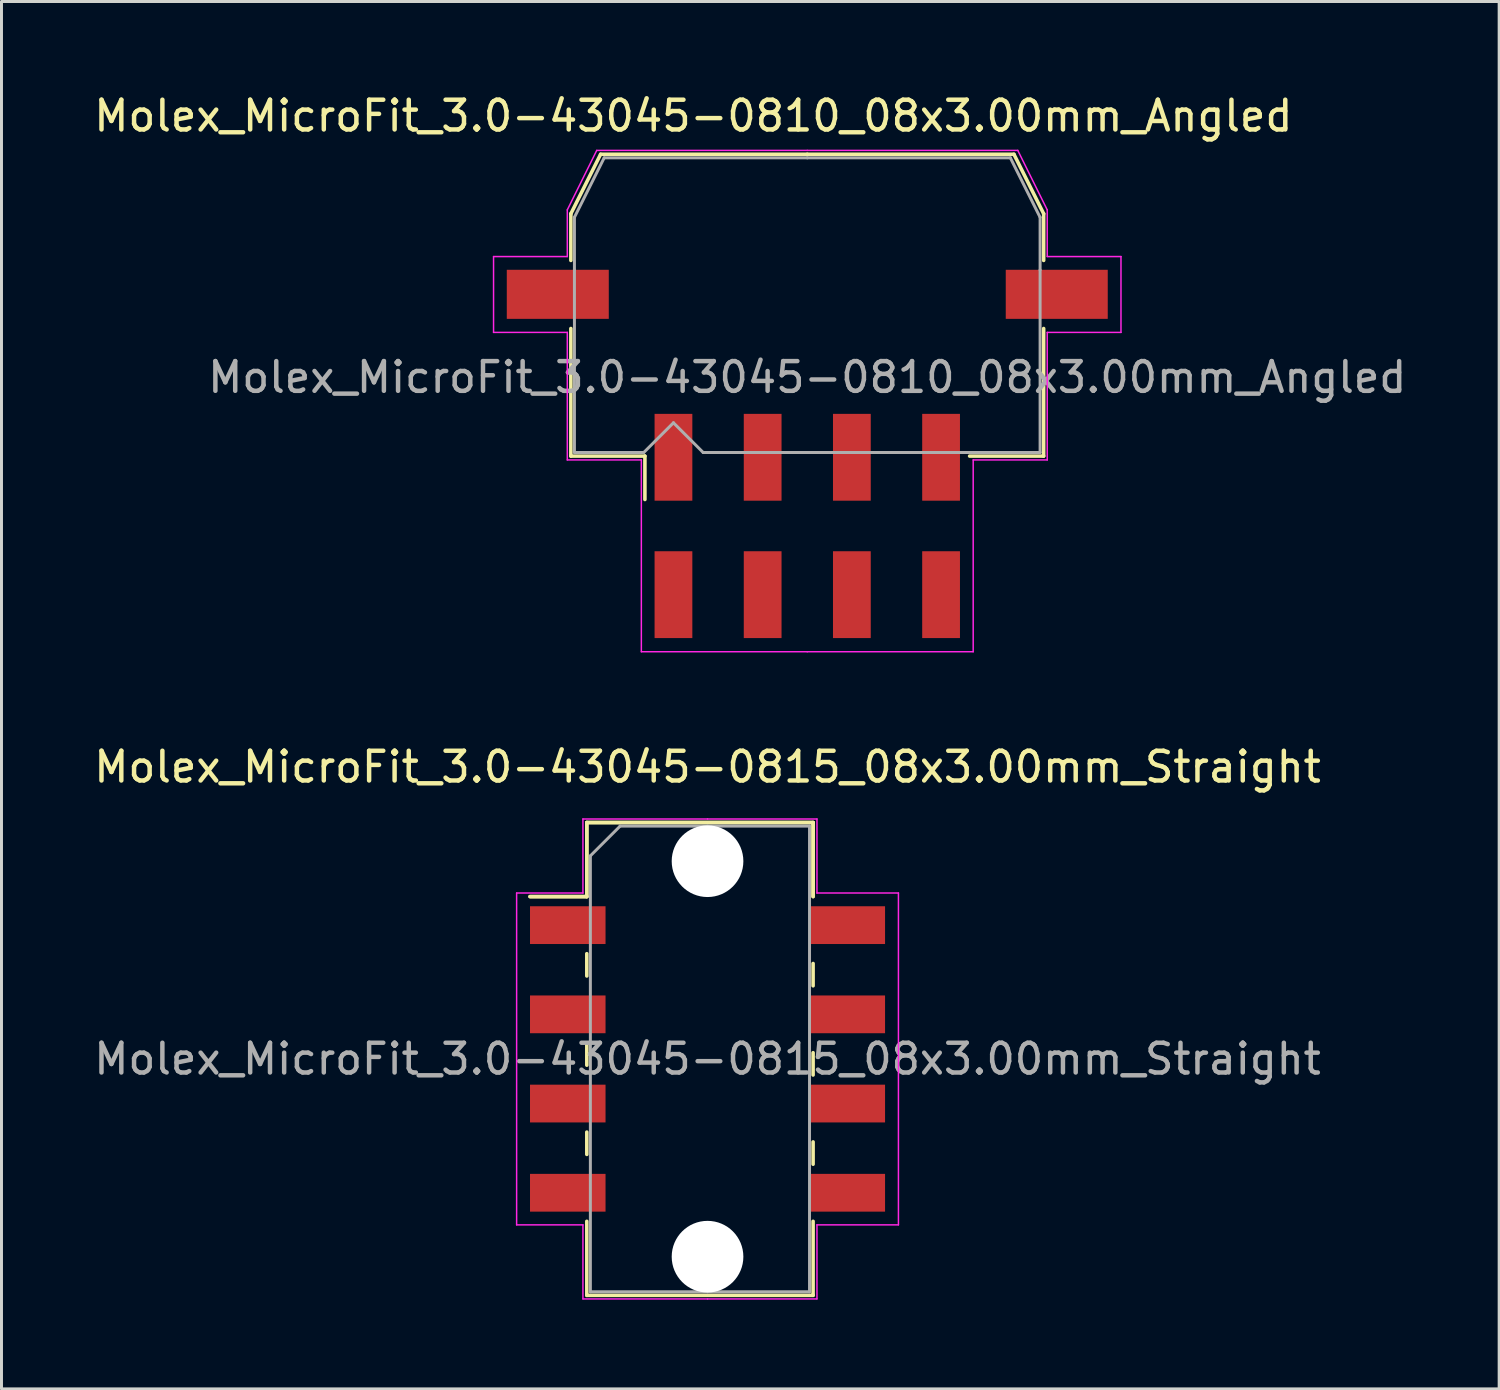
<source format=kicad_pcb>
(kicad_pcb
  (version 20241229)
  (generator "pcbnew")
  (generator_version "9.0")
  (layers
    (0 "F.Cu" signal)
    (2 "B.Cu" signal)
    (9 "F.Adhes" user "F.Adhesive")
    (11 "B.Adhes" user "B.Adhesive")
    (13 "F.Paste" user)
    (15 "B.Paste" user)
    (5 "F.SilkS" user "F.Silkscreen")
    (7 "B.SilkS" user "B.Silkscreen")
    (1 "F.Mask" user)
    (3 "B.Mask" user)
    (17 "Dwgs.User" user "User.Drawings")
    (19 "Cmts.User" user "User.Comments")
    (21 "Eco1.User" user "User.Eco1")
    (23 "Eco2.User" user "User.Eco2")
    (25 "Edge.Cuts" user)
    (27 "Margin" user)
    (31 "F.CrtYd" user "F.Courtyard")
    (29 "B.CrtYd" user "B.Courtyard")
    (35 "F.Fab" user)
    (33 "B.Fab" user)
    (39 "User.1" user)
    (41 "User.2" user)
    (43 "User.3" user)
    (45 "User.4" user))
  (footprint "Molex_MicroFit_3.0-43045-0810_08x3.00mm_Angled"
    (layer "F.Cu")
    (at 24.098 14.638)
    (property "Reference" "Molex_MicroFit_3.0-43045-0810_08x3.00mm_Angled" (at -3.83 -13.79 0) (layer "F.SilkS") (effects (font (size 1 1) (thickness 0.15))))
    (attr smd)
    (fp_line (start -7.95 -10.5) (end -7.95 -8.93) (stroke (width 0.12) (type solid)) (layer "F.SilkS"))
    (fp_line (start -7.95 -6.64) (end -7.95 -2.35) (stroke (width 0.12) (type solid)) (layer "F.SilkS"))
    (fp_line (start -7.95 -2.35) (end -5.46 -2.35) (stroke (width 0.12) (type solid)) (layer "F.SilkS"))
    (fp_line (start -6.95 -12.5) (end -7.95 -10.5) (stroke (width 0.12) (type solid)) (layer "F.SilkS"))
    (fp_line (start -5.46 -2.35) (end -5.46 -0.89) (stroke (width 0.12) (type solid)) (layer "F.SilkS"))
    (fp_line (start 0 -12.5) (end -6.95 -12.5) (stroke (width 0.12) (type solid)) (layer "F.SilkS"))
    (fp_line (start 0 -12.5) (end 6.95 -12.5) (stroke (width 0.12) (type solid)) (layer "F.SilkS"))
    (fp_line (start 6.95 -12.5) (end 7.95 -10.5) (stroke (width 0.12) (type solid)) (layer "F.SilkS"))
    (fp_line (start 7.95 -10.5) (end 7.95 -8.93) (stroke (width 0.12) (type solid)) (layer "F.SilkS"))
    (fp_line (start 7.95 -6.64) (end 7.95 -2.35) (stroke (width 0.12) (type solid)) (layer "F.SilkS"))
    (fp_line (start 7.95 -2.35) (end 5.46 -2.35) (stroke (width 0.12) (type solid)) (layer "F.SilkS"))
    (fp_line (start -10.55 -9.06) (end -10.55 -6.51) (stroke (width 0.05) (type solid)) (layer "F.CrtYd"))
    (fp_line (start -10.55 -6.51) (end -8.07 -6.51) (stroke (width 0.05) (type solid)) (layer "F.CrtYd"))
    (fp_line (start -8.07 -10.63) (end -8.07 -9.06) (stroke (width 0.05) (type solid)) (layer "F.CrtYd"))
    (fp_line (start -8.07 -9.06) (end -10.55 -9.06) (stroke (width 0.05) (type solid)) (layer "F.CrtYd"))
    (fp_line (start -8.07 -6.51) (end -8.07 -2.22) (stroke (width 0.05) (type solid)) (layer "F.CrtYd"))
    (fp_line (start -8.07 -2.22) (end -5.58 -2.22) (stroke (width 0.05) (type solid)) (layer "F.CrtYd"))
    (fp_line (start -7.08 -12.63) (end -8.07 -10.63) (stroke (width 0.05) (type solid)) (layer "F.CrtYd"))
    (fp_line (start -5.58 -2.22) (end -5.58 4.23) (stroke (width 0.05) (type solid)) (layer "F.CrtYd"))
    (fp_line (start -5.58 4.23) (end 0 4.23) (stroke (width 0.05) (type solid)) (layer "F.CrtYd"))
    (fp_line (start 0 -12.63) (end -7.08 -12.63) (stroke (width 0.05) (type solid)) (layer "F.CrtYd"))
    (fp_line (start 0 -12.63) (end 7.08 -12.63) (stroke (width 0.05) (type solid)) (layer "F.CrtYd"))
    (fp_line (start 5.58 -2.22) (end 5.58 4.23) (stroke (width 0.05) (type solid)) (layer "F.CrtYd"))
    (fp_line (start 5.58 4.23) (end 0 4.23) (stroke (width 0.05) (type solid)) (layer "F.CrtYd"))
    (fp_line (start 7.08 -12.63) (end 8.07 -10.63) (stroke (width 0.05) (type solid)) (layer "F.CrtYd"))
    (fp_line (start 8.07 -10.63) (end 8.07 -9.06) (stroke (width 0.05) (type solid)) (layer "F.CrtYd"))
    (fp_line (start 8.07 -9.06) (end 10.55 -9.06) (stroke (width 0.05) (type solid)) (layer "F.CrtYd"))
    (fp_line (start 8.07 -6.51) (end 8.07 -2.22) (stroke (width 0.05) (type solid)) (layer "F.CrtYd"))
    (fp_line (start 8.07 -2.22) (end 5.58 -2.22) (stroke (width 0.05) (type solid)) (layer "F.CrtYd"))
    (fp_line (start 10.55 -9.06) (end 10.55 -6.51) (stroke (width 0.05) (type solid)) (layer "F.CrtYd"))
    (fp_line (start 10.55 -6.51) (end 8.07 -6.51) (stroke (width 0.05) (type solid)) (layer "F.CrtYd"))
    (fp_line (start -7.83 -10.38) (end -7.83 -8.61) (stroke (width 0.1) (type solid)) (layer "F.Fab"))
    (fp_line (start -7.83 -8.61) (end -7.83 -2.47) (stroke (width 0.1) (type solid)) (layer "F.Fab"))
    (fp_line (start -7.83 -2.47) (end -5.5 -2.47) (stroke (width 0.1) (type solid)) (layer "F.Fab"))
    (fp_line (start -6.83 -12.38) (end -7.83 -10.38) (stroke (width 0.1) (type solid)) (layer "F.Fab"))
    (fp_line (start -5.5 -2.47) (end -4.5 -3.47) (stroke (width 0.1) (type solid)) (layer "F.Fab"))
    (fp_line (start -4.5 -3.47) (end -3.5 -2.47) (stroke (width 0.1) (type solid)) (layer "F.Fab"))
    (fp_line (start -3.5 -2.47) (end 0 -2.47) (stroke (width 0.1) (type solid)) (layer "F.Fab"))
    (fp_line (start 0 -12.38) (end -6.83 -12.38) (stroke (width 0.1) (type solid)) (layer "F.Fab"))
    (fp_line (start 0 -12.38) (end 6.83 -12.38) (stroke (width 0.1) (type solid)) (layer "F.Fab"))
    (fp_line (start 5.13 -2.47) (end 0 -2.47) (stroke (width 0.1) (type solid)) (layer "F.Fab"))
    (fp_line (start 6.83 -12.38) (end 7.83 -10.38) (stroke (width 0.1) (type solid)) (layer "F.Fab"))
    (fp_line (start 7.83 -10.38) (end 7.83 -8.61) (stroke (width 0.1) (type solid)) (layer "F.Fab"))
    (fp_line (start 7.83 -8.61) (end 7.83 -2.47) (stroke (width 0.1) (type solid)) (layer "F.Fab"))
    (fp_line (start 7.83 -2.47) (end 5.13 -2.47) (stroke (width 0.1) (type solid)) (layer "F.Fab"))
    (fp_text user "${REFERENCE}" (at 0 -5 0) (layer "F.Fab") (effects (font (size 1 1) (thickness 0.15))))
    (pad "" smd rect (at -8.39 -7.79) (size 3.43 1.65) (layers "F.Cu" "F.Mask" "F.Paste"))
    (pad "" smd rect (at 8.39 -7.79) (size 3.43 1.65) (layers "F.Cu" "F.Mask" "F.Paste"))
    (pad "1" smd rect (at -4.5 -2.31) (size 1.27 2.92) (layers "F.Cu" "F.Mask" "F.Paste"))
    (pad "2" smd rect (at -1.5 -2.31) (size 1.27 2.92) (layers "F.Cu" "F.Mask" "F.Paste"))
    (pad "3" smd rect (at 1.5 -2.31) (size 1.27 2.92) (layers "F.Cu" "F.Mask" "F.Paste"))
    (pad "4" smd rect (at 4.5 -2.31) (size 1.27 2.92) (layers "F.Cu" "F.Mask" "F.Paste"))
    (pad "5" smd rect (at 4.5 2.31) (size 1.27 2.92) (layers "F.Cu" "F.Mask" "F.Paste"))
    (pad "6" smd rect (at 1.5 2.31) (size 1.27 2.92) (layers "F.Cu" "F.Mask" "F.Paste"))
    (pad "7" smd rect (at -1.5 2.31) (size 1.27 2.92) (layers "F.Cu" "F.Mask" "F.Paste"))
    (pad "8" smd rect (at -4.5 2.31) (size 1.27 2.92) (layers "F.Cu" "F.Mask" "F.Paste")))
  (footprint "Molex_MicroFit_3.0-43045-0815_08x3.00mm_Straight"
    (layer "F.Cu")
    (at 20.744 32.562)
    (property "Reference" "Molex_MicroFit_3.0-43045-0815_08x3.00mm_Straight" (at 0 -9.82 0) (layer "F.SilkS") (effects (font (size 1 1) (thickness 0.15))))
    (attr smd)
    (fp_line (start -5.97 -5.46) (end -4.06 -5.46) (stroke (width 0.12) (type solid)) (layer "F.SilkS"))
    (fp_line (start -5.97 -5.46) (end -4.06 -5.46) (stroke (width 0.12) (type solid)) (layer "F.SilkS"))
    (fp_line (start -4.06 -7.95) (end 3.55 -7.95) (stroke (width 0.12) (type solid)) (layer "F.SilkS"))
    (fp_line (start -4.06 -7.95) (end 3.55 -7.95) (stroke (width 0.12) (type solid)) (layer "F.SilkS"))
    (fp_line (start -4.06 -5.46) (end -4.06 -7.95) (stroke (width 0.12) (type solid)) (layer "F.SilkS"))
    (fp_line (start -4.06 -5.46) (end -4.06 -7.95) (stroke (width 0.12) (type solid)) (layer "F.SilkS"))
    (fp_line (start -4.06 -3.54) (end -4.06 -2.79) (stroke (width 0.12) (type solid)) (layer "F.SilkS"))
    (fp_line (start -4.06 -0.54) (end -4.06 0.21) (stroke (width 0.12) (type solid)) (layer "F.SilkS"))
    (fp_line (start -4.06 2.46) (end -4.06 3.21) (stroke (width 0.12) (type solid)) (layer "F.SilkS"))
    (fp_line (start -4.06 7.95) (end -4.06 5.46) (stroke (width 0.12) (type solid)) (layer "F.SilkS"))
    (fp_line (start 3.55 -7.95) (end 3.55 -5.46) (stroke (width 0.12) (type solid)) (layer "F.SilkS"))
    (fp_line (start 3.55 -7.95) (end 3.55 -5.46) (stroke (width 0.12) (type solid)) (layer "F.SilkS"))
    (fp_line (start 3.55 -2.46) (end 3.55 -3.21) (stroke (width 0.12) (type solid)) (layer "F.SilkS"))
    (fp_line (start 3.55 0.54) (end 3.55 -0.21) (stroke (width 0.12) (type solid)) (layer "F.SilkS"))
    (fp_line (start 3.55 3.54) (end 3.55 2.79) (stroke (width 0.12) (type solid)) (layer "F.SilkS"))
    (fp_line (start 3.55 5.46) (end 3.55 7.95) (stroke (width 0.12) (type solid)) (layer "F.SilkS"))
    (fp_line (start 3.55 7.95) (end -4.06 7.95) (stroke (width 0.12) (type solid)) (layer "F.SilkS"))
    (fp_line (start -6.42 -5.58) (end -4.19 -5.58) (stroke (width 0.05) (type solid)) (layer "F.CrtYd"))
    (fp_line (start -6.42 5.58) (end -6.42 -5.58) (stroke (width 0.05) (type solid)) (layer "F.CrtYd"))
    (fp_line (start -4.19 -8.07) (end 0 -8.07) (stroke (width 0.05) (type solid)) (layer "F.CrtYd"))
    (fp_line (start -4.19 -5.58) (end -4.19 -8.07) (stroke (width 0.05) (type solid)) (layer "F.CrtYd"))
    (fp_line (start -4.19 5.58) (end -6.42 5.58) (stroke (width 0.05) (type solid)) (layer "F.CrtYd"))
    (fp_line (start -4.19 8.07) (end -4.19 5.58) (stroke (width 0.05) (type solid)) (layer "F.CrtYd"))
    (fp_line (start 0 -8.07) (end 3.68 -8.07) (stroke (width 0.05) (type solid)) (layer "F.CrtYd"))
    (fp_line (start 0 8.07) (end -4.19 8.07) (stroke (width 0.05) (type solid)) (layer "F.CrtYd"))
    (fp_line (start 3.68 -8.07) (end 3.68 -5.58) (stroke (width 0.05) (type solid)) (layer "F.CrtYd"))
    (fp_line (start 3.68 -5.58) (end 6.42 -5.58) (stroke (width 0.05) (type solid)) (layer "F.CrtYd"))
    (fp_line (start 3.68 5.58) (end 3.68 8.07) (stroke (width 0.05) (type solid)) (layer "F.CrtYd"))
    (fp_line (start 3.68 8.07) (end 0 8.07) (stroke (width 0.05) (type solid)) (layer "F.CrtYd"))
    (fp_line (start 6.42 -5.58) (end 6.42 5.58) (stroke (width 0.05) (type solid)) (layer "F.CrtYd"))
    (fp_line (start 6.42 5.58) (end 3.68 5.58) (stroke (width 0.05) (type solid)) (layer "F.CrtYd"))
    (fp_line (start -3.94 -6.83) (end -2.94 -7.83) (stroke (width 0.1) (type solid)) (layer "F.Fab"))
    (fp_line (start -3.94 7.83) (end -3.94 -6.83) (stroke (width 0.1) (type solid)) (layer "F.Fab"))
    (fp_line (start -2.94 -7.83) (end 0 -7.83) (stroke (width 0.1) (type solid)) (layer "F.Fab"))
    (fp_line (start 0 -7.83) (end 3.43 -7.83) (stroke (width 0.1) (type solid)) (layer "F.Fab"))
    (fp_line (start 0 7.83) (end -3.94 7.83) (stroke (width 0.1) (type solid)) (layer "F.Fab"))
    (fp_line (start 3.43 -7.83) (end 3.43 7.83) (stroke (width 0.1) (type solid)) (layer "F.Fab"))
    (fp_line (start 3.43 7.83) (end 0 7.83) (stroke (width 0.1) (type solid)) (layer "F.Fab"))
    (fp_text user "${REFERENCE}" (at 0 0 0) (layer "F.Fab") (effects (font (size 1 1) (thickness 0.15))))
    (pad "" np_thru_hole circle (at 0 -6.65) (size 2.41 2.41) (drill 2.41) (layers "*.Cu"))
    (pad "" np_thru_hole circle (at 0 6.65) (size 2.41 2.41) (drill 2.41) (layers "*.Cu"))
    (pad "1" smd rect (at -4.7 -4.5) (size 2.54 1.27) (layers "F.Cu" "F.Mask" "F.Paste"))
    (pad "2" smd rect (at -4.7 -1.5) (size 2.54 1.27) (layers "F.Cu" "F.Mask" "F.Paste"))
    (pad "3" smd rect (at -4.7 1.5) (size 2.54 1.27) (layers "F.Cu" "F.Mask" "F.Paste"))
    (pad "4" smd rect (at -4.7 4.5) (size 2.54 1.27) (layers "F.Cu" "F.Mask" "F.Paste"))
    (pad "5" smd rect (at 4.7 4.5) (size 2.54 1.27) (layers "F.Cu" "F.Mask" "F.Paste"))
    (pad "6" smd rect (at 4.7 1.5) (size 2.54 1.27) (layers "F.Cu" "F.Mask" "F.Paste"))
    (pad "7" smd rect (at 4.7 -1.5) (size 2.54 1.27) (layers "F.Cu" "F.Mask" "F.Paste"))
    (pad "8" smd rect (at 4.7 -4.5) (size 2.54 1.27) (layers "F.Cu" "F.Mask" "F.Paste")))
  (gr_rect
    (start -3 -3)
    (end 47.366 43.657)
    (stroke (width 0.1) (type default))
    (fill no)
    (layer "Edge.Cuts")))
</source>
